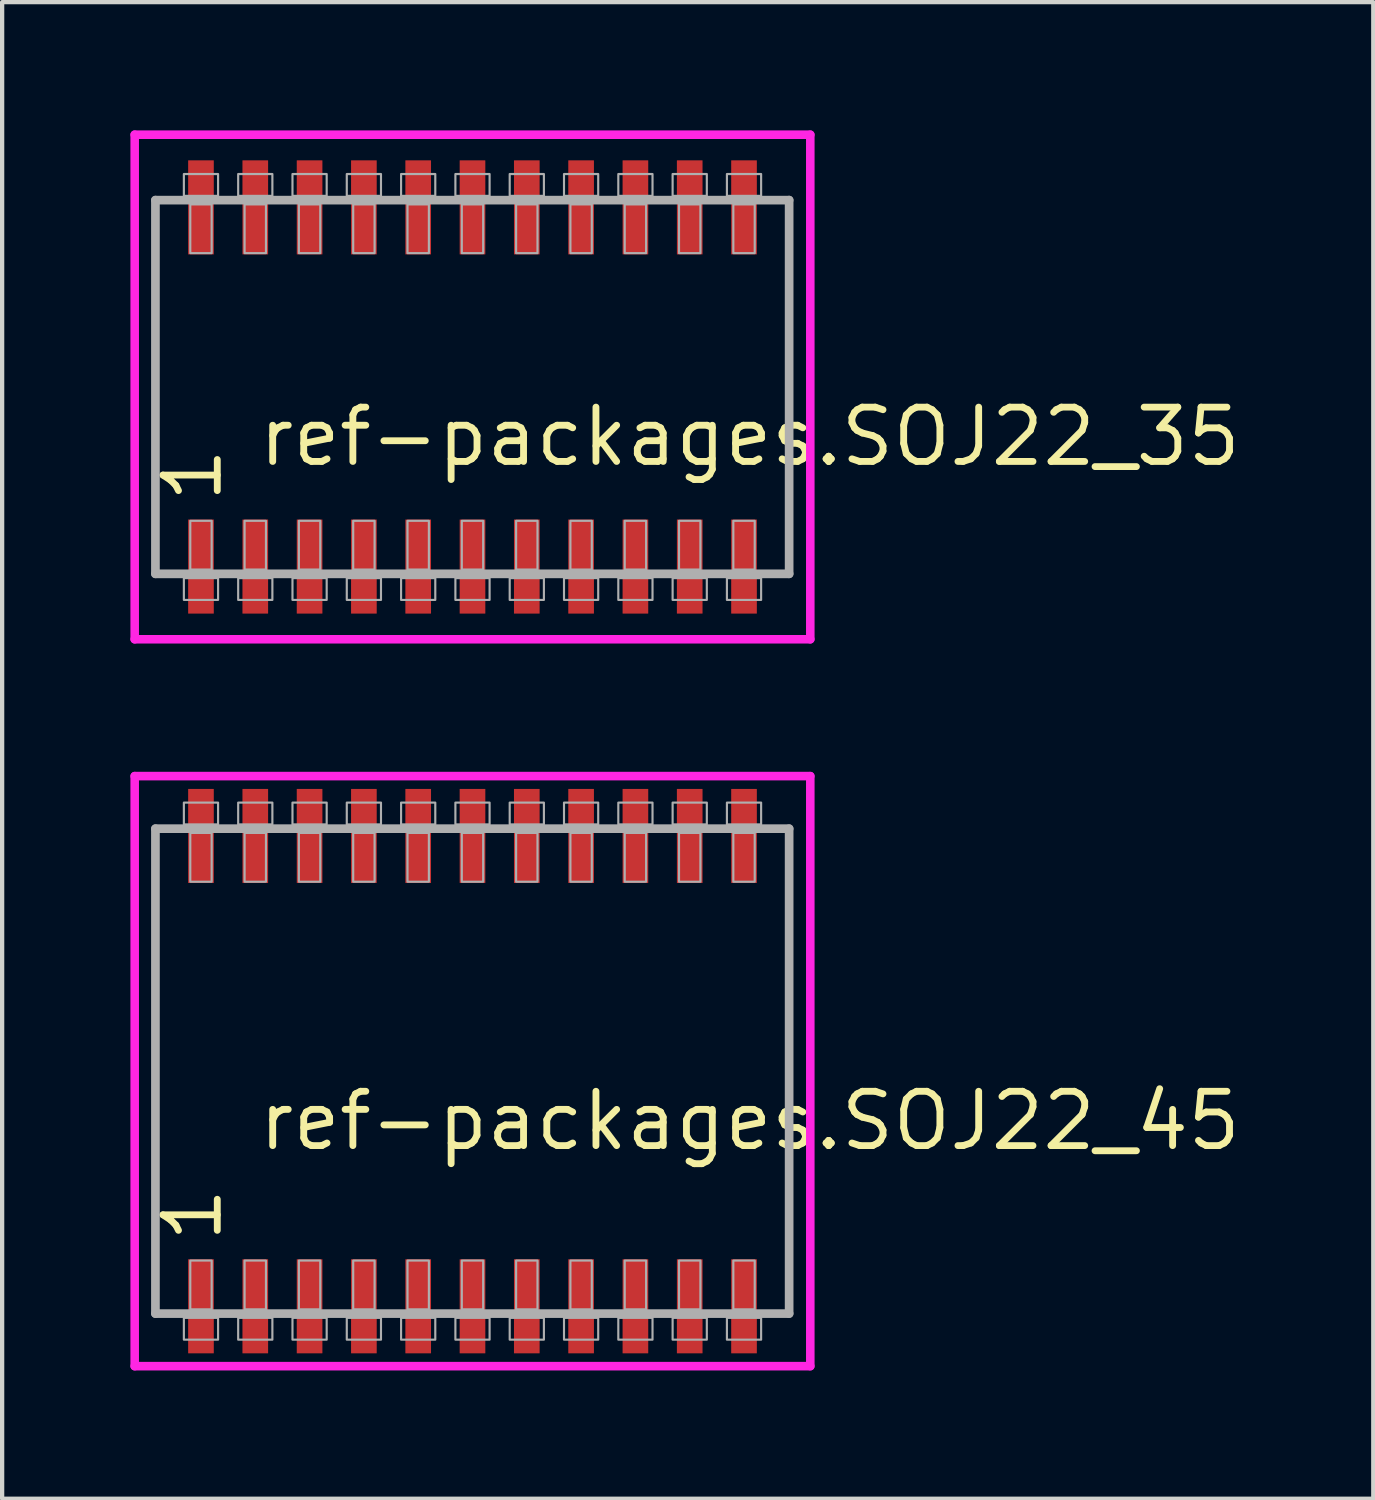
<source format=kicad_pcb>
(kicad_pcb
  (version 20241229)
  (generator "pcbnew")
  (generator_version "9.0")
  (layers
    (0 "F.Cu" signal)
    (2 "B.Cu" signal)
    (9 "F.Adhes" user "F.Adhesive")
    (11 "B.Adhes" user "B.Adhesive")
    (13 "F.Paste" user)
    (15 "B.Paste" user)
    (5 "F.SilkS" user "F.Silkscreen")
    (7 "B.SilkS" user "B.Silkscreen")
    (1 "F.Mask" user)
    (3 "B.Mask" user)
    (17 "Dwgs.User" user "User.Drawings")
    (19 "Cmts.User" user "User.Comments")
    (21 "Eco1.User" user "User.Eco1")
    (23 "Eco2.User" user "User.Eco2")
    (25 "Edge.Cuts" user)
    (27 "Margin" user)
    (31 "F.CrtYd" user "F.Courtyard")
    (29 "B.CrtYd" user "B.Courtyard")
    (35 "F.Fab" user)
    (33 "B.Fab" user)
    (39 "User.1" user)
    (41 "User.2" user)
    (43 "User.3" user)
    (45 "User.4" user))
  (footprint "ref-packages.SOJ22_35"
    (layer "F.Cu")
    (at 8 6)
    (property "Reference" "ref-packages.SOJ22_35" (at -5.08 1.905 0) (layer "F.SilkS") (effects (font (size 1.27 1.27) (thickness 0.16)) (justify left bottom)))
    (attr smd)
    (fp_line (start -7.9 -5.9) (end 7.9 -5.9) (stroke (width 0.2) (type default)) (layer "F.CrtYd"))
    (fp_line (start -7.9 5.9) (end -7.9 -5.9) (stroke (width 0.2) (type default)) (layer "F.CrtYd"))
    (fp_line (start 7.9 -5.9) (end 7.9 5.9) (stroke (width 0.2) (type default)) (layer "F.CrtYd"))
    (fp_line (start 7.9 5.9) (end -7.9 5.9) (stroke (width 0.2) (type default)) (layer "F.CrtYd"))
    (fp_line (start -7.415 -4.37) (end 7.405 -4.37) (stroke (width 0.203) (type default)) (layer "F.Fab"))
    (fp_line (start -7.415 4.37) (end -7.415 -4.37) (stroke (width 0.203) (type default)) (layer "F.Fab"))
    (fp_line (start 7.405 -4.37) (end 7.405 4.37) (stroke (width 0.203) (type default)) (layer "F.Fab"))
    (fp_line (start 7.405 4.37) (end -7.415 4.37) (stroke (width 0.203) (type default)) (layer "F.Fab"))
    (fp_rect (start -6.75 -4.47) (end -5.95 -4.98) (stroke (width 0.05) (type default)) (fill no) (layer "F.Fab"))
    (fp_rect (start -6.75 4.98) (end -5.95 4.47) (stroke (width 0.05) (type default)) (fill no) (layer "F.Fab"))
    (fp_rect (start -6.6 -3.13) (end -6.1 -4.27) (stroke (width 0.05) (type default)) (fill no) (layer "F.Fab"))
    (fp_rect (start -6.6 4.27) (end -6.1 3.13) (stroke (width 0.05) (type default)) (fill no) (layer "F.Fab"))
    (fp_rect (start -5.48 -4.47) (end -4.68 -4.98) (stroke (width 0.05) (type default)) (fill no) (layer "F.Fab"))
    (fp_rect (start -5.48 4.98) (end -4.68 4.47) (stroke (width 0.05) (type default)) (fill no) (layer "F.Fab"))
    (fp_rect (start -5.33 -3.13) (end -4.83 -4.27) (stroke (width 0.05) (type default)) (fill no) (layer "F.Fab"))
    (fp_rect (start -5.33 4.27) (end -4.83 3.13) (stroke (width 0.05) (type default)) (fill no) (layer "F.Fab"))
    (fp_rect (start -4.21 -4.47) (end -3.41 -4.98) (stroke (width 0.05) (type default)) (fill no) (layer "F.Fab"))
    (fp_rect (start -4.21 4.98) (end -3.41 4.47) (stroke (width 0.05) (type default)) (fill no) (layer "F.Fab"))
    (fp_rect (start -4.06 -3.13) (end -3.56 -4.27) (stroke (width 0.05) (type default)) (fill no) (layer "F.Fab"))
    (fp_rect (start -4.06 4.27) (end -3.56 3.13) (stroke (width 0.05) (type default)) (fill no) (layer "F.Fab"))
    (fp_rect (start -2.94 -4.47) (end -2.14 -4.98) (stroke (width 0.05) (type default)) (fill no) (layer "F.Fab"))
    (fp_rect (start -2.94 4.98) (end -2.14 4.47) (stroke (width 0.05) (type default)) (fill no) (layer "F.Fab"))
    (fp_rect (start -2.79 -3.13) (end -2.29 -4.27) (stroke (width 0.05) (type default)) (fill no) (layer "F.Fab"))
    (fp_rect (start -2.79 4.27) (end -2.29 3.13) (stroke (width 0.05) (type default)) (fill no) (layer "F.Fab"))
    (fp_rect (start -1.67 -4.47) (end -0.87 -4.98) (stroke (width 0.05) (type default)) (fill no) (layer "F.Fab"))
    (fp_rect (start -1.67 4.98) (end -0.87 4.47) (stroke (width 0.05) (type default)) (fill no) (layer "F.Fab"))
    (fp_rect (start -1.52 -3.13) (end -1.02 -4.27) (stroke (width 0.05) (type default)) (fill no) (layer "F.Fab"))
    (fp_rect (start -1.52 4.27) (end -1.02 3.13) (stroke (width 0.05) (type default)) (fill no) (layer "F.Fab"))
    (fp_rect (start -0.4 -4.47) (end 0.4 -4.98) (stroke (width 0.05) (type default)) (fill no) (layer "F.Fab"))
    (fp_rect (start -0.4 4.98) (end 0.4 4.47) (stroke (width 0.05) (type default)) (fill no) (layer "F.Fab"))
    (fp_rect (start -0.25 -3.13) (end 0.25 -4.27) (stroke (width 0.05) (type default)) (fill no) (layer "F.Fab"))
    (fp_rect (start -0.25 4.27) (end 0.25 3.13) (stroke (width 0.05) (type default)) (fill no) (layer "F.Fab"))
    (fp_rect (start 0.87 -4.47) (end 1.67 -4.98) (stroke (width 0.05) (type default)) (fill no) (layer "F.Fab"))
    (fp_rect (start 0.87 4.98) (end 1.67 4.47) (stroke (width 0.05) (type default)) (fill no) (layer "F.Fab"))
    (fp_rect (start 1.02 -3.13) (end 1.52 -4.27) (stroke (width 0.05) (type default)) (fill no) (layer "F.Fab"))
    (fp_rect (start 1.02 4.27) (end 1.52 3.13) (stroke (width 0.05) (type default)) (fill no) (layer "F.Fab"))
    (fp_rect (start 2.14 -4.47) (end 2.94 -4.98) (stroke (width 0.05) (type default)) (fill no) (layer "F.Fab"))
    (fp_rect (start 2.14 4.98) (end 2.94 4.47) (stroke (width 0.05) (type default)) (fill no) (layer "F.Fab"))
    (fp_rect (start 2.29 -3.13) (end 2.79 -4.27) (stroke (width 0.05) (type default)) (fill no) (layer "F.Fab"))
    (fp_rect (start 2.29 4.27) (end 2.79 3.13) (stroke (width 0.05) (type default)) (fill no) (layer "F.Fab"))
    (fp_rect (start 3.41 -4.47) (end 4.21 -4.98) (stroke (width 0.05) (type default)) (fill no) (layer "F.Fab"))
    (fp_rect (start 3.41 4.98) (end 4.21 4.47) (stroke (width 0.05) (type default)) (fill no) (layer "F.Fab"))
    (fp_rect (start 3.56 -3.13) (end 4.06 -4.27) (stroke (width 0.05) (type default)) (fill no) (layer "F.Fab"))
    (fp_rect (start 3.56 4.27) (end 4.06 3.13) (stroke (width 0.05) (type default)) (fill no) (layer "F.Fab"))
    (fp_rect (start 4.68 -4.47) (end 5.48 -4.98) (stroke (width 0.05) (type default)) (fill no) (layer "F.Fab"))
    (fp_rect (start 4.68 4.98) (end 5.48 4.47) (stroke (width 0.05) (type default)) (fill no) (layer "F.Fab"))
    (fp_rect (start 4.83 -3.13) (end 5.33 -4.27) (stroke (width 0.05) (type default)) (fill no) (layer "F.Fab"))
    (fp_rect (start 4.83 4.27) (end 5.33 3.13) (stroke (width 0.05) (type default)) (fill no) (layer "F.Fab"))
    (fp_rect (start 5.95 -4.47) (end 6.75 -4.98) (stroke (width 0.05) (type default)) (fill no) (layer "F.Fab"))
    (fp_rect (start 5.95 4.98) (end 6.75 4.47) (stroke (width 0.05) (type default)) (fill no) (layer "F.Fab"))
    (fp_rect (start 6.1 -3.13) (end 6.6 -4.27) (stroke (width 0.05) (type default)) (fill no) (layer "F.Fab"))
    (fp_rect (start 6.1 4.27) (end 6.6 3.13) (stroke (width 0.05) (type default)) (fill no) (layer "F.Fab"))
    (fp_text user "1" (at -5.805 2.77 90) (layer "F.SilkS") (effects (font (size 1.27 1.27) (thickness 0.16)) (justify left bottom)))
    (pad "1" smd roundrect (at -6.35 4.2) (size 0.6 2.2) (layers "F.Cu" "F.Mask" "F.Paste") (roundrect_rratio 0.01))
    (pad "2" smd roundrect (at -5.08 4.2) (size 0.6 2.2) (layers "F.Cu" "F.Mask" "F.Paste") (roundrect_rratio 0.01))
    (pad "3" smd roundrect (at -3.81 4.2) (size 0.6 2.2) (layers "F.Cu" "F.Mask" "F.Paste") (roundrect_rratio 0.01))
    (pad "4" smd roundrect (at -2.54 4.2) (size 0.6 2.2) (layers "F.Cu" "F.Mask" "F.Paste") (roundrect_rratio 0.01))
    (pad "5" smd roundrect (at -1.27 4.2) (size 0.6 2.2) (layers "F.Cu" "F.Mask" "F.Paste") (roundrect_rratio 0.01))
    (pad "6" smd roundrect (at 0 4.2) (size 0.6 2.2) (layers "F.Cu" "F.Mask" "F.Paste") (roundrect_rratio 0.01))
    (pad "7" smd roundrect (at 1.27 4.2) (size 0.6 2.2) (layers "F.Cu" "F.Mask" "F.Paste") (roundrect_rratio 0.01))
    (pad "8" smd roundrect (at 2.54 4.2) (size 0.6 2.2) (layers "F.Cu" "F.Mask" "F.Paste") (roundrect_rratio 0.01))
    (pad "9" smd roundrect (at 3.81 4.2) (size 0.6 2.2) (layers "F.Cu" "F.Mask" "F.Paste") (roundrect_rratio 0.01))
    (pad "10" smd roundrect (at 5.08 4.2) (size 0.6 2.2) (layers "F.Cu" "F.Mask" "F.Paste") (roundrect_rratio 0.01))
    (pad "11" smd roundrect (at 6.35 4.2) (size 0.6 2.2) (layers "F.Cu" "F.Mask" "F.Paste") (roundrect_rratio 0.01))
    (pad "12" smd roundrect (at 6.35 -4.2) (size 0.6 2.2) (layers "F.Cu" "F.Mask" "F.Paste") (roundrect_rratio 0.01))
    (pad "13" smd roundrect (at 5.08 -4.2) (size 0.6 2.2) (layers "F.Cu" "F.Mask" "F.Paste") (roundrect_rratio 0.01))
    (pad "14" smd roundrect (at 3.81 -4.2) (size 0.6 2.2) (layers "F.Cu" "F.Mask" "F.Paste") (roundrect_rratio 0.01))
    (pad "15" smd roundrect (at 2.54 -4.2) (size 0.6 2.2) (layers "F.Cu" "F.Mask" "F.Paste") (roundrect_rratio 0.01))
    (pad "16" smd roundrect (at 1.27 -4.2) (size 0.6 2.2) (layers "F.Cu" "F.Mask" "F.Paste") (roundrect_rratio 0.01))
    (pad "17" smd roundrect (at 0 -4.2) (size 0.6 2.2) (layers "F.Cu" "F.Mask" "F.Paste") (roundrect_rratio 0.01))
    (pad "18" smd roundrect (at -1.27 -4.2) (size 0.6 2.2) (layers "F.Cu" "F.Mask" "F.Paste") (roundrect_rratio 0.01))
    (pad "19" smd roundrect (at -2.54 -4.2) (size 0.6 2.2) (layers "F.Cu" "F.Mask" "F.Paste") (roundrect_rratio 0.01))
    (pad "20" smd roundrect (at -3.81 -4.2) (size 0.6 2.2) (layers "F.Cu" "F.Mask" "F.Paste") (roundrect_rratio 0.01))
    (pad "21" smd roundrect (at -5.08 -4.2) (size 0.6 2.2) (layers "F.Cu" "F.Mask" "F.Paste") (roundrect_rratio 0.01))
    (pad "22" smd roundrect (at -6.35 -4.2) (size 0.6 2.2) (layers "F.Cu" "F.Mask" "F.Paste") (roundrect_rratio 0.01)))
  (footprint "ref-packages.SOJ22_45"
    (layer "F.Cu")
    (at 8 22)
    (property "Reference" "ref-packages.SOJ22_45" (at -5.08 1.905 0) (layer "F.SilkS") (effects (font (size 1.27 1.27) (thickness 0.16)) (justify left bottom)))
    (attr smd)
    (fp_line (start -7.9 -6.9) (end 7.9 -6.9) (stroke (width 0.2) (type default)) (layer "F.CrtYd"))
    (fp_line (start -7.9 6.9) (end -7.9 -6.9) (stroke (width 0.2) (type default)) (layer "F.CrtYd"))
    (fp_line (start 7.9 -6.9) (end 7.9 6.9) (stroke (width 0.2) (type default)) (layer "F.CrtYd"))
    (fp_line (start 7.9 6.9) (end -7.9 6.9) (stroke (width 0.2) (type default)) (layer "F.CrtYd"))
    (fp_line (start -7.415 -5.67) (end 7.405 -5.67) (stroke (width 0.203) (type default)) (layer "F.Fab"))
    (fp_line (start -7.415 5.67) (end -7.415 -5.67) (stroke (width 0.203) (type default)) (layer "F.Fab"))
    (fp_line (start 7.405 -5.67) (end 7.405 5.67) (stroke (width 0.203) (type default)) (layer "F.Fab"))
    (fp_line (start 7.405 5.67) (end -7.415 5.67) (stroke (width 0.203) (type default)) (layer "F.Fab"))
    (fp_rect (start -6.75 -5.77) (end -5.95 -6.28) (stroke (width 0.05) (type default)) (fill no) (layer "F.Fab"))
    (fp_rect (start -6.75 6.28) (end -5.95 5.77) (stroke (width 0.05) (type default)) (fill no) (layer "F.Fab"))
    (fp_rect (start -6.6 -4.43) (end -6.1 -5.57) (stroke (width 0.05) (type default)) (fill no) (layer "F.Fab"))
    (fp_rect (start -6.6 5.57) (end -6.1 4.43) (stroke (width 0.05) (type default)) (fill no) (layer "F.Fab"))
    (fp_rect (start -5.48 -5.77) (end -4.68 -6.28) (stroke (width 0.05) (type default)) (fill no) (layer "F.Fab"))
    (fp_rect (start -5.48 6.28) (end -4.68 5.77) (stroke (width 0.05) (type default)) (fill no) (layer "F.Fab"))
    (fp_rect (start -5.33 -4.43) (end -4.83 -5.57) (stroke (width 0.05) (type default)) (fill no) (layer "F.Fab"))
    (fp_rect (start -5.33 5.57) (end -4.83 4.43) (stroke (width 0.05) (type default)) (fill no) (layer "F.Fab"))
    (fp_rect (start -4.21 -5.77) (end -3.41 -6.28) (stroke (width 0.05) (type default)) (fill no) (layer "F.Fab"))
    (fp_rect (start -4.21 6.28) (end -3.41 5.77) (stroke (width 0.05) (type default)) (fill no) (layer "F.Fab"))
    (fp_rect (start -4.06 -4.43) (end -3.56 -5.57) (stroke (width 0.05) (type default)) (fill no) (layer "F.Fab"))
    (fp_rect (start -4.06 5.57) (end -3.56 4.43) (stroke (width 0.05) (type default)) (fill no) (layer "F.Fab"))
    (fp_rect (start -2.94 -5.77) (end -2.14 -6.28) (stroke (width 0.05) (type default)) (fill no) (layer "F.Fab"))
    (fp_rect (start -2.94 6.28) (end -2.14 5.77) (stroke (width 0.05) (type default)) (fill no) (layer "F.Fab"))
    (fp_rect (start -2.79 -4.43) (end -2.29 -5.57) (stroke (width 0.05) (type default)) (fill no) (layer "F.Fab"))
    (fp_rect (start -2.79 5.57) (end -2.29 4.43) (stroke (width 0.05) (type default)) (fill no) (layer "F.Fab"))
    (fp_rect (start -1.67 -5.77) (end -0.87 -6.28) (stroke (width 0.05) (type default)) (fill no) (layer "F.Fab"))
    (fp_rect (start -1.67 6.28) (end -0.87 5.77) (stroke (width 0.05) (type default)) (fill no) (layer "F.Fab"))
    (fp_rect (start -1.52 -4.43) (end -1.02 -5.57) (stroke (width 0.05) (type default)) (fill no) (layer "F.Fab"))
    (fp_rect (start -1.52 5.57) (end -1.02 4.43) (stroke (width 0.05) (type default)) (fill no) (layer "F.Fab"))
    (fp_rect (start -0.4 -5.77) (end 0.4 -6.28) (stroke (width 0.05) (type default)) (fill no) (layer "F.Fab"))
    (fp_rect (start -0.4 6.28) (end 0.4 5.77) (stroke (width 0.05) (type default)) (fill no) (layer "F.Fab"))
    (fp_rect (start -0.25 -4.43) (end 0.25 -5.57) (stroke (width 0.05) (type default)) (fill no) (layer "F.Fab"))
    (fp_rect (start -0.25 5.57) (end 0.25 4.43) (stroke (width 0.05) (type default)) (fill no) (layer "F.Fab"))
    (fp_rect (start 0.87 -5.77) (end 1.67 -6.28) (stroke (width 0.05) (type default)) (fill no) (layer "F.Fab"))
    (fp_rect (start 0.87 6.28) (end 1.67 5.77) (stroke (width 0.05) (type default)) (fill no) (layer "F.Fab"))
    (fp_rect (start 1.02 -4.43) (end 1.52 -5.57) (stroke (width 0.05) (type default)) (fill no) (layer "F.Fab"))
    (fp_rect (start 1.02 5.57) (end 1.52 4.43) (stroke (width 0.05) (type default)) (fill no) (layer "F.Fab"))
    (fp_rect (start 2.14 -5.77) (end 2.94 -6.28) (stroke (width 0.05) (type default)) (fill no) (layer "F.Fab"))
    (fp_rect (start 2.14 6.28) (end 2.94 5.77) (stroke (width 0.05) (type default)) (fill no) (layer "F.Fab"))
    (fp_rect (start 2.29 -4.43) (end 2.79 -5.57) (stroke (width 0.05) (type default)) (fill no) (layer "F.Fab"))
    (fp_rect (start 2.29 5.57) (end 2.79 4.43) (stroke (width 0.05) (type default)) (fill no) (layer "F.Fab"))
    (fp_rect (start 3.41 -5.77) (end 4.21 -6.28) (stroke (width 0.05) (type default)) (fill no) (layer "F.Fab"))
    (fp_rect (start 3.41 6.28) (end 4.21 5.77) (stroke (width 0.05) (type default)) (fill no) (layer "F.Fab"))
    (fp_rect (start 3.56 -4.43) (end 4.06 -5.57) (stroke (width 0.05) (type default)) (fill no) (layer "F.Fab"))
    (fp_rect (start 3.56 5.57) (end 4.06 4.43) (stroke (width 0.05) (type default)) (fill no) (layer "F.Fab"))
    (fp_rect (start 4.68 -5.77) (end 5.48 -6.28) (stroke (width 0.05) (type default)) (fill no) (layer "F.Fab"))
    (fp_rect (start 4.68 6.28) (end 5.48 5.77) (stroke (width 0.05) (type default)) (fill no) (layer "F.Fab"))
    (fp_rect (start 4.83 -4.43) (end 5.33 -5.57) (stroke (width 0.05) (type default)) (fill no) (layer "F.Fab"))
    (fp_rect (start 4.83 5.57) (end 5.33 4.43) (stroke (width 0.05) (type default)) (fill no) (layer "F.Fab"))
    (fp_rect (start 5.95 -5.77) (end 6.75 -6.28) (stroke (width 0.05) (type default)) (fill no) (layer "F.Fab"))
    (fp_rect (start 5.95 6.28) (end 6.75 5.77) (stroke (width 0.05) (type default)) (fill no) (layer "F.Fab"))
    (fp_rect (start 6.1 -4.43) (end 6.6 -5.57) (stroke (width 0.05) (type default)) (fill no) (layer "F.Fab"))
    (fp_rect (start 6.1 5.57) (end 6.6 4.43) (stroke (width 0.05) (type default)) (fill no) (layer "F.Fab"))
    (fp_text user "1" (at -5.805 4.07 90) (layer "F.SilkS") (effects (font (size 1.27 1.27) (thickness 0.16)) (justify left bottom)))
    (pad "1" smd roundrect (at -6.35 5.5) (size 0.6 2.2) (layers "F.Cu" "F.Mask" "F.Paste") (roundrect_rratio 0.01))
    (pad "2" smd roundrect (at -5.08 5.5) (size 0.6 2.2) (layers "F.Cu" "F.Mask" "F.Paste") (roundrect_rratio 0.01))
    (pad "3" smd roundrect (at -3.81 5.5) (size 0.6 2.2) (layers "F.Cu" "F.Mask" "F.Paste") (roundrect_rratio 0.01))
    (pad "4" smd roundrect (at -2.54 5.5) (size 0.6 2.2) (layers "F.Cu" "F.Mask" "F.Paste") (roundrect_rratio 0.01))
    (pad "5" smd roundrect (at -1.27 5.5) (size 0.6 2.2) (layers "F.Cu" "F.Mask" "F.Paste") (roundrect_rratio 0.01))
    (pad "6" smd roundrect (at 0 5.5) (size 0.6 2.2) (layers "F.Cu" "F.Mask" "F.Paste") (roundrect_rratio 0.01))
    (pad "7" smd roundrect (at 1.27 5.5) (size 0.6 2.2) (layers "F.Cu" "F.Mask" "F.Paste") (roundrect_rratio 0.01))
    (pad "8" smd roundrect (at 2.54 5.5) (size 0.6 2.2) (layers "F.Cu" "F.Mask" "F.Paste") (roundrect_rratio 0.01))
    (pad "9" smd roundrect (at 3.81 5.5) (size 0.6 2.2) (layers "F.Cu" "F.Mask" "F.Paste") (roundrect_rratio 0.01))
    (pad "10" smd roundrect (at 5.08 5.5) (size 0.6 2.2) (layers "F.Cu" "F.Mask" "F.Paste") (roundrect_rratio 0.01))
    (pad "11" smd roundrect (at 6.35 5.5) (size 0.6 2.2) (layers "F.Cu" "F.Mask" "F.Paste") (roundrect_rratio 0.01))
    (pad "12" smd roundrect (at 6.35 -5.5) (size 0.6 2.2) (layers "F.Cu" "F.Mask" "F.Paste") (roundrect_rratio 0.01))
    (pad "13" smd roundrect (at 5.08 -5.5) (size 0.6 2.2) (layers "F.Cu" "F.Mask" "F.Paste") (roundrect_rratio 0.01))
    (pad "14" smd roundrect (at 3.81 -5.5) (size 0.6 2.2) (layers "F.Cu" "F.Mask" "F.Paste") (roundrect_rratio 0.01))
    (pad "15" smd roundrect (at 2.54 -5.5) (size 0.6 2.2) (layers "F.Cu" "F.Mask" "F.Paste") (roundrect_rratio 0.01))
    (pad "16" smd roundrect (at 1.27 -5.5) (size 0.6 2.2) (layers "F.Cu" "F.Mask" "F.Paste") (roundrect_rratio 0.01))
    (pad "17" smd roundrect (at 0 -5.5) (size 0.6 2.2) (layers "F.Cu" "F.Mask" "F.Paste") (roundrect_rratio 0.01))
    (pad "18" smd roundrect (at -1.27 -5.5) (size 0.6 2.2) (layers "F.Cu" "F.Mask" "F.Paste") (roundrect_rratio 0.01))
    (pad "19" smd roundrect (at -2.54 -5.5) (size 0.6 2.2) (layers "F.Cu" "F.Mask" "F.Paste") (roundrect_rratio 0.01))
    (pad "20" smd roundrect (at -3.81 -5.5) (size 0.6 2.2) (layers "F.Cu" "F.Mask" "F.Paste") (roundrect_rratio 0.01))
    (pad "21" smd roundrect (at -5.08 -5.5) (size 0.6 2.2) (layers "F.Cu" "F.Mask" "F.Paste") (roundrect_rratio 0.01))
    (pad "22" smd roundrect (at -6.35 -5.5) (size 0.6 2.2) (layers "F.Cu" "F.Mask" "F.Paste") (roundrect_rratio 0.01)))
  (gr_rect
    (start -3 -3)
    (end 29.066 32)
    (stroke (width 0.1) (type default))
    (fill no)
    (layer "Edge.Cuts")))
</source>
